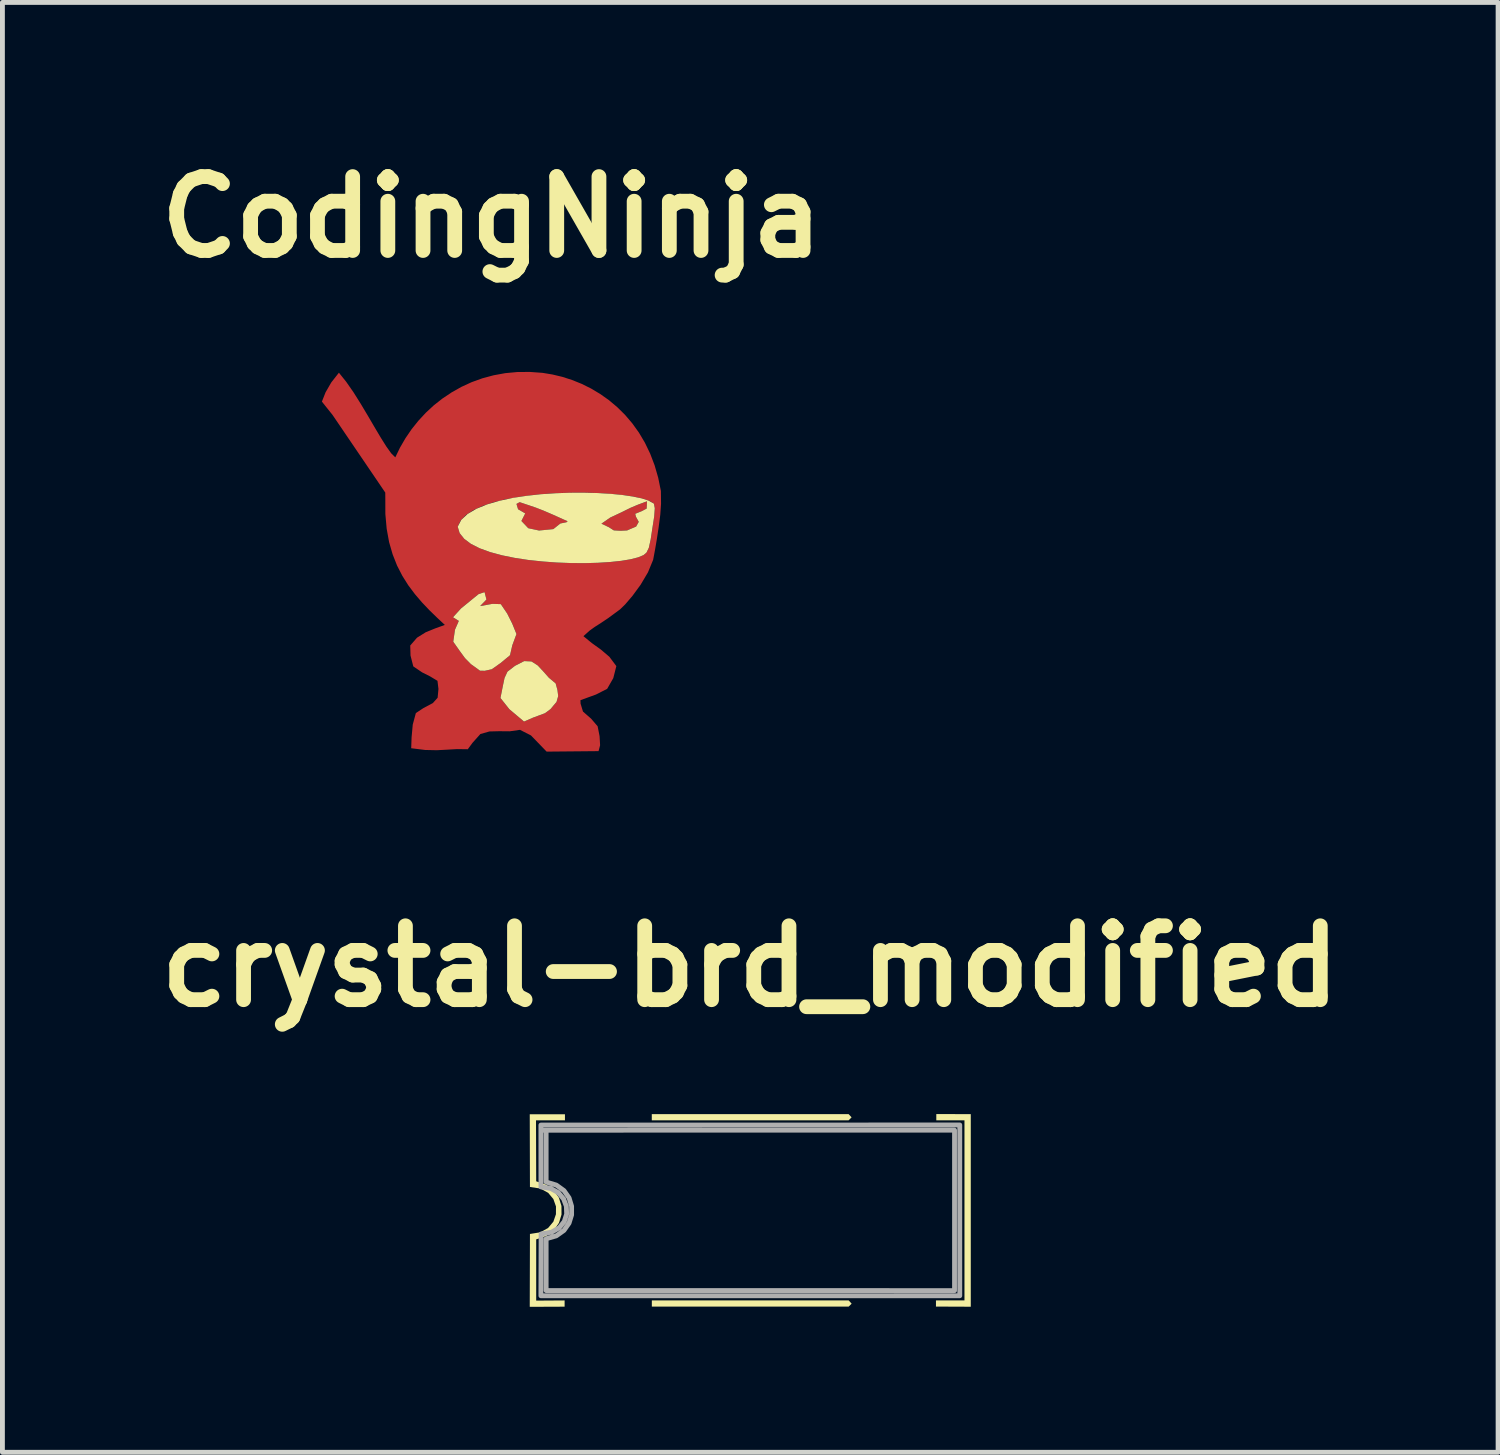
<source format=kicad_pcb>
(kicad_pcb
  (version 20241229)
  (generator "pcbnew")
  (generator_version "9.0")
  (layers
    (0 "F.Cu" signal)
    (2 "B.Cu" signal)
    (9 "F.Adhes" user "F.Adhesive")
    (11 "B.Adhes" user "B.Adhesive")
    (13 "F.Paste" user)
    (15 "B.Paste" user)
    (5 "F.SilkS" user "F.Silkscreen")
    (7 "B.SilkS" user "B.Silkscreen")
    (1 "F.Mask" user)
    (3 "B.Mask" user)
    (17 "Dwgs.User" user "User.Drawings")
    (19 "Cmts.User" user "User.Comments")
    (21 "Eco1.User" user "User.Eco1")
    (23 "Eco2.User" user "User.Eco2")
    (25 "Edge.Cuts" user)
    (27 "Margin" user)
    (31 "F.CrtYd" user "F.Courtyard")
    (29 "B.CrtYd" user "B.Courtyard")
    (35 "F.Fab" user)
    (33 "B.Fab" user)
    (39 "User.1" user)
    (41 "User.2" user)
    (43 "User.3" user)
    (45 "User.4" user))
  (footprint "crystal-brd_modified"
    (layer "F.Cu")
    (at 12.424 21.915)
    (property "Reference" "crystal-brd_modified" (at 0 -5.036 0) (layer "F.SilkS") (effects (font (size 1.524 1.524) (thickness 0.305))))
    (attr smd)
    (fp_poly (pts (xy -2.031 -1.986) (xy -2.031 -1.859) (xy 2.029 -1.859) (xy 2.09 -1.92) (xy 2.029 -1.986) (xy -2.031 -1.986)) (stroke (width 0) (type solid)) (fill yes) (layer "F.SilkS"))
    (fp_poly (pts (xy -2.03 1.856) (xy -2.03 1.983) (xy 2.03 1.983) (xy 2.091 1.923) (xy 2.03 1.856) (xy -2.03 1.856)) (stroke (width 0) (type solid)) (fill yes) (layer "F.SilkS"))
    (fp_poly (pts (xy 3.837 -1.988) (xy 4.548 -1.986) (xy 4.548 1.986) (xy 3.83 1.983) (xy 3.83 1.855) (xy 4.418 1.855) (xy 4.418 -1.859) (xy 3.837 -1.859) (xy 3.837 -1.988)) (stroke (width 0) (type solid)) (fill yes) (layer "F.SilkS"))
    (fp_poly (pts (xy -4.548 -1.984) (xy -4.544 -0.484) (xy -4.329 -0.452) (xy -4.168 -0.363) (xy -4.061 -0.235) (xy -4.007 -0.082) (xy -4.008 0.079) (xy -4.061 0.232) (xy -4.169 0.361) (xy -4.329 0.451) (xy -4.544 0.485) (xy -4.548 1.988) (xy -3.829 1.985) (xy -3.829 1.856) (xy -4.415 1.86) (xy -4.415 0.597) (xy -4.206 0.525) (xy -4.049 0.407) (xy -3.945 0.256) (xy -3.893 0.085) (xy -3.894 -0.092) (xy -3.947 -0.263) (xy -4.051 -0.413) (xy -4.208 -0.53) (xy -4.415 -0.601) (xy -4.419 -1.859) (xy -3.822 -1.859) (xy -3.822 -1.984) (xy -4.548 -1.984)) (stroke (width 0) (type solid)) (fill yes) (layer "F.SilkS"))
    (fp_poly (pts (xy -4.21 1.653) (xy 4.321 1.76) (xy 4.321 -1.763) (xy 4.042 -1.763) (xy 3.763 -1.763) (xy 3.485 -1.763) (xy 3.206 -1.763) (xy 2.927 -1.763) (xy 2.649 -1.763) (xy 2.37 -1.762) (xy 2.091 -1.762) (xy 1.813 -1.762) (xy 1.534 -1.762) (xy 1.255 -1.762) (xy 0.977 -1.762) (xy 0.698 -1.762) (xy 0.419 -1.762) (xy 0.141 -1.762) (xy -0.138 -1.762) (xy -0.417 -1.762) (xy -0.695 -1.762) (xy -0.974 -1.762) (xy -1.252 -1.761) (xy -1.531 -1.761) (xy -1.81 -1.761) (xy -2.088 -1.761) (xy -2.367 -1.761) (xy -2.646 -1.761) (xy -2.924 -1.761) (xy -3.203 -1.761) (xy -3.482 -1.761) (xy -3.76 -1.761) (xy -4.039 -1.761) (xy -4.318 -1.761) (xy -4.317 -0.486) (xy -4.113 -0.453) (xy -3.957 -0.365) (xy -3.85 -0.237) (xy -3.793 -0.086) (xy -3.787 0.074) (xy -3.835 0.226) (xy -3.938 0.356) (xy -4.097 0.448) (xy -4.314 0.486) (xy -4.318 1.76) (xy -4.039 1.76) (xy -3.76 1.76) (xy -3.482 1.76) (xy -3.203 1.76) (xy -2.924 1.76) (xy -2.646 1.76) (xy -2.367 1.76) (xy -2.088 1.76) (xy -1.81 1.76) (xy -1.531 1.76) (xy -1.252 1.76) (xy -0.974 1.76) (xy -0.695 1.76) (xy -0.417 1.76) (xy -0.138 1.76) (xy 0.141 1.76) (xy 0.419 1.76) (xy 0.698 1.76) (xy 0.977 1.76) (xy 1.255 1.76) (xy 1.534 1.76) (xy 1.813 1.76) (xy 2.091 1.76) (xy 2.37 1.76) (xy 2.649 1.76) (xy 2.927 1.76) (xy 3.206 1.76) (xy 3.485 1.76) (xy 3.763 1.76) (xy 4.042 1.76) (xy 4.321 1.76) (xy 4.321 1.76) (xy -4.21 1.653) (xy -4.21 0.584) (xy -4.001 0.524) (xy -3.843 0.412) (xy -3.738 0.263) (xy -3.685 0.092) (xy -3.685 -0.087) (xy -3.737 -0.259) (xy -3.842 -0.409) (xy -4 -0.523) (xy -4.21 -0.586) (xy -4.21 -1.654) (xy -3.929 -1.654) (xy -3.649 -1.654) (xy -3.368 -1.654) (xy -3.087 -1.654) (xy -2.806 -1.654) (xy -2.526 -1.655) (xy -2.245 -1.655) (xy -1.964 -1.655) (xy -1.683 -1.655) (xy -1.402 -1.655) (xy -1.122 -1.655) (xy -0.841 -1.655) (xy -0.56 -1.655) (xy -0.279 -1.655) (xy 0.002 -1.655) (xy 0.282 -1.655) (xy 0.563 -1.655) (xy 0.844 -1.655) (xy 1.125 -1.655) (xy 1.405 -1.655) (xy 1.686 -1.655) (xy 1.967 -1.655) (xy 2.248 -1.655) (xy 2.529 -1.655) (xy 2.809 -1.655) (xy 3.09 -1.655) (xy 3.371 -1.655) (xy 3.652 -1.655) (xy 3.933 -1.655) (xy 4.213 -1.655) (xy 4.213 1.654) (xy 3.933 1.654) (xy 3.652 1.654) (xy 3.371 1.654) (xy 3.09 1.654) (xy 2.809 1.653) (xy 2.529 1.653) (xy 2.248 1.653) (xy 1.967 1.653) (xy 1.686 1.653) (xy 1.405 1.653) (xy 1.125 1.653) (xy 0.844 1.653) (xy 0.563 1.653) (xy 0.282 1.653) (xy 0.002 1.653) (xy -0.279 1.653) (xy -0.56 1.653) (xy -0.841 1.653) (xy -1.122 1.653) (xy -1.402 1.653) (xy -1.683 1.653) (xy -1.964 1.653) (xy -2.245 1.653) (xy -2.526 1.653) (xy -2.806 1.653) (xy -3.087 1.653) (xy -3.368 1.653) (xy -3.649 1.653) (xy -3.929 1.653) (xy -4.21 1.653)) (stroke (width 0.1) (type solid)) (fill no) (layer "F.Fab")))
  (footprint "CodingNinja"
    (layer "F.Cu")
    (at 7.09 8.475)
    (property "Reference" "CodingNinja" (at 0 -7.048 0) (layer "F.SilkS") (effects (font (size 1.524 1.524) (thickness 0.305))))
    (attr smd)
    (fp_poly (pts (xy 0.512 -1.132) (xy 0.578 -1.168) (xy 0.772 -1.103) (xy 0.924 -1.051) (xy 1.077 -0.991) (xy 1.276 -0.905) (xy 1.567 -0.774) (xy 1.544 -0.754) (xy 1.417 -0.728) (xy 1.272 -0.612) (xy 0.978 -0.582) (xy 0.755 -0.631) (xy 0.614 -0.78) (xy 0.693 -0.936) (xy 0.545 -1.022) (xy 0.512 -1.132)) (stroke (width 0) (type solid)) (fill yes) (layer "F.Cu"))
    (fp_poly (pts (xy 2.264 -0.724) (xy 2.445 -0.85) (xy 2.675 -0.958) (xy 2.869 -1.054) (xy 3.019 -1.117) (xy 3.204 -1.186) (xy 3.197 -1.036) (xy 3.096 -0.982) (xy 2.961 -0.928) (xy 2.976 -0.867) (xy 3.034 -0.762) (xy 2.98 -0.665) (xy 2.794 -0.585) (xy 2.661 -0.578) (xy 2.52 -0.586) (xy 2.418 -0.651) (xy 2.264 -0.724) (xy 2.264 -0.724)) (stroke (width 0) (type solid)) (fill yes) (layer "F.Cu"))
    (fp_poly (pts (xy -0.965 1.364) (xy -1.16 1.434) (xy -1.359 1.515) (xy -1.539 1.627) (xy -1.679 1.788) (xy -1.673 1.996) (xy -1.616 2.219) (xy -1.433 2.343) (xy -1.27 2.425) (xy -1.117 2.517) (xy -1.097 2.685) (xy -1.114 2.866) (xy -1.213 2.976) (xy -1.407 3.079) (xy -1.563 3.182) (xy -1.627 3.419) (xy -1.651 3.68) (xy -1.659 3.907) (xy -1.371 3.943) (xy -1.133 3.948) (xy -0.921 3.937) (xy -0.715 3.925) (xy -0.492 3.928) (xy -0.395 3.796) (xy -0.232 3.614) (xy -0.045 3.561) (xy 0.158 3.556) (xy 0.371 3.558) (xy 0.585 3.528) (xy 0.812 3.644) (xy 1.022 3.861) (xy 1.134 3.977) (xy 2.205 3.967) (xy 2.237 3.846) (xy 2.226 3.657) (xy 2.186 3.454) (xy 2.051 3.297) (xy 1.884 3.151) (xy 1.834 2.987) (xy 1.832 2.916) (xy 2.151 2.8) (xy 2.285 2.732) (xy 2.382 2.683) (xy 2.445 2.573) (xy 2.509 2.461) (xy 2.572 2.213) (xy 2.428 2.021) (xy 2.254 1.873) (xy 2.069 1.74) (xy 1.893 1.596) (xy 2.021 1.481) (xy 2.125 1.406) (xy 2.24 1.333) (xy 2.403 1.224) (xy 2.65 1.042) (xy 2.754 0.941) (xy 2.905 0.764) (xy 3.072 0.536) (xy 3.224 0.28) (xy 3.331 0.021) (xy 3.372 -0.197) (xy 3.408 -0.409) (xy 3.444 -0.647) (xy 3.478 -0.908) (xy 3.353 -0.873) (xy 3.315 -0.631) (xy 3.28 -0.4) (xy 3.242 -0.227) (xy 3.194 -0.128) (xy 3.132 -0.076) (xy 3.021 -0.03) (xy 2.865 0.01) (xy 2.672 0.042) (xy 2.446 0.066) (xy 2.194 0.082) (xy 1.923 0.09) (xy 1.637 0.088) (xy 1.343 0.077) (xy 1.048 0.055) (xy 0.756 0.024) (xy 0.475 -0.019) (xy 0.21 -0.073) (xy -0.033 -0.139) (xy -0.247 -0.217) (xy -0.427 -0.308) (xy -0.566 -0.412) (xy -0.66 -0.53) (xy -0.7 -0.662) (xy -0.638 -0.79) (xy -0.527 -0.905) (xy -0.374 -1.005) (xy -0.184 -1.091) (xy 0.037 -1.165) (xy 0.284 -1.226) (xy 0.551 -1.275) (xy 0.833 -1.313) (xy 1.125 -1.34) (xy 1.42 -1.357) (xy 1.714 -1.364) (xy 2.001 -1.363) (xy 2.275 -1.352) (xy 2.531 -1.333) (xy 2.763 -1.307) (xy 2.966 -1.274) (xy 3.135 -1.235) (xy 3.263 -1.19) (xy 3.346 -1.139) (xy 3.365 -1.044) (xy 3.353 -0.873) (xy 3.478 -0.908) (xy 3.494 -1.135) (xy 3.491 -1.399) (xy 3.435 -1.673) (xy 3.361 -1.929) (xy 3.269 -2.17) (xy 3.161 -2.394) (xy 3.038 -2.602) (xy 2.901 -2.793) (xy 2.751 -2.969) (xy 2.59 -3.128) (xy 2.419 -3.272) (xy 2.239 -3.399) (xy 2.052 -3.511) (xy 1.859 -3.607) (xy 1.661 -3.687) (xy 1.459 -3.752) (xy 1.255 -3.801) (xy 1.05 -3.835) (xy 0.787 -3.854) (xy 0.53 -3.852) (xy 0.282 -3.829) (xy 0.041 -3.785) (xy -0.19 -3.723) (xy -0.412 -3.643) (xy -0.623 -3.546) (xy -0.824 -3.433) (xy -1.014 -3.306) (xy -1.193 -3.165) (xy -1.359 -3.011) (xy -1.512 -2.846) (xy -1.652 -2.671) (xy -1.778 -2.486) (xy -1.89 -2.293) (xy -1.987 -2.092) (xy -2.071 -2.175) (xy -2.172 -2.316) (xy -2.288 -2.501) (xy -2.417 -2.718) (xy -2.555 -2.954) (xy -2.7 -3.197) (xy -2.849 -3.434) (xy -3 -3.651) (xy -3.15 -3.838) (xy -3.307 -3.638) (xy -3.425 -3.434) (xy -3.501 -3.242) (xy -3.282 -2.968) (xy -2.194 -1.366) (xy -2.193 -1.254) (xy -2.192 -0.923) (xy -2.165 -0.62) (xy -2.115 -0.344) (xy -2.042 -0.092) (xy -1.951 0.139) (xy -1.842 0.351) (xy -1.719 0.547) (xy -1.583 0.728) (xy -1.438 0.898) (xy -1.285 1.059) (xy -1.126 1.214) (xy -0.965 1.364) (xy -0.677 1.281) (xy -0.797 1.206) (xy -0.634 1.025) (xy -0.356 0.799) (xy -0.267 0.727) (xy -0.146 0.688) (xy -0.107 0.84) (xy -0.238 0.974) (xy 0.017 0.929) (xy 0.189 0.935) (xy 0.321 1.13) (xy 0.426 1.337) (xy 0.512 1.552) (xy 0.426 1.784) (xy 0.379 1.989) (xy 0.481 2.208) (xy 0.671 2.11) (xy 0.822 2.117) (xy 0.948 2.198) (xy 1.064 2.322) (xy 1.183 2.456) (xy 1.32 2.57) (xy 1.357 2.706) (xy 1.373 2.831) (xy 1.338 2.952) (xy 1.213 3.101) (xy 1.099 3.185) (xy 0.849 3.278) (xy 0.668 3.357) (xy 0.516 3.229) (xy 0.365 3.102) (xy 0.182 2.871) (xy 0.232 2.619) (xy 0.266 2.458) (xy 0.326 2.328) (xy 0.481 2.208) (xy 0.379 1.989) (xy 0.183 2.151) (xy 0.003 2.278) (xy -0.141 2.31) (xy -0.24 2.308) (xy -0.429 2.17) (xy -0.55 2.048) (xy -0.654 1.906) (xy -0.792 1.71) (xy -0.756 1.462) (xy -0.677 1.281) (xy -0.965 1.364)) (stroke (width 0) (type solid)) (fill yes) (layer "F.Cu"))
    (fp_poly (pts (xy -3.334 -3.071) (xy -3.174 -2.849) (xy -3.02 -2.633) (xy -2.873 -2.422) (xy -2.731 -2.215) (xy -2.593 -2.011) (xy -2.458 -1.809) (xy -2.326 -1.608) (xy -2.196 -1.408) (xy -2.067 -1.208) (xy -1.938 -1.006) (xy -1.807 -0.801) (xy -1.676 -0.594) (xy -1.541 -0.382) (xy -1.403 -0.165) (xy -1.261 0.057) (xy -1.114 0.287) (xy -0.961 0.524) (xy -0.801 0.77) (xy -0.634 1.026) (xy -0.356 0.799) (xy -0.539 0.503) (xy -0.724 0.205) (xy -0.909 -0.094) (xy -1.093 -0.391) (xy -1.276 -0.685) (xy -1.456 -0.975) (xy -1.632 -1.258) (xy -1.804 -1.533) (xy -1.969 -1.799) (xy -2.128 -2.053) (xy -2.279 -2.293) (xy -2.422 -2.519) (xy -2.554 -2.729) (xy -2.675 -2.92) (xy -2.785 -3.091) (xy -2.881 -3.24) (xy -2.964 -3.366) (xy -3.032 -3.467) (xy -3.083 -3.541) (xy -3.118 -3.587) (xy -3.216 -3.483) (xy -3.322 -3.329) (xy -3.303 -3.191) (xy -3.334 -3.071)) (stroke (width 0) (type solid)) (fill yes) (layer "F.Mask"))
    (fp_poly (pts (xy 1.32 2.57) (xy 1.357 2.706) (xy 1.373 2.831) (xy 1.338 2.952) (xy 1.213 3.101) (xy 1.099 3.185) (xy 0.849 3.278) (xy 0.668 3.357) (xy 0.516 3.229) (xy 0.365 3.102) (xy 0.182 2.871) (xy 0.232 2.619) (xy 0.266 2.458) (xy 0.326 2.328) (xy 0.481 2.208) (xy 0.671 2.11) (xy 0.821 2.117) (xy 0.948 2.198) (xy 1.064 2.322) (xy 1.183 2.456) (xy 1.32 2.57)) (stroke (width 0) (type solid)) (fill yes) (layer "F.SilkS"))
    (fp_poly (pts (xy 0.003 2.278) (xy -0.141 2.31) (xy -0.24 2.308) (xy -0.429 2.171) (xy -0.55 2.048) (xy -0.654 1.906) (xy -0.792 1.71) (xy -0.756 1.462) (xy -0.677 1.281) (xy -0.797 1.206) (xy -0.634 1.026) (xy -0.356 0.799) (xy -0.267 0.727) (xy -0.146 0.688) (xy -0.107 0.84) (xy -0.238 0.975) (xy 0.017 0.929) (xy 0.189 0.935) (xy 0.321 1.13) (xy 0.425 1.337) (xy 0.512 1.552) (xy 0.426 1.784) (xy 0.379 1.989) (xy 0.183 2.151) (xy 0.003 2.278)) (stroke (width 0) (type solid)) (fill yes) (layer "F.SilkS"))
    (fp_poly (pts (xy 3.235 -1.201) (xy 3.346 -1.139) (xy 3.365 -1.044) (xy 3.353 -0.873) (xy 3.315 -0.631) (xy 3.315 -0.631) (xy 3.28 -0.4) (xy 3.242 -0.227) (xy 3.194 -0.128) (xy 3.132 -0.076) (xy 3.021 -0.03) (xy 2.865 0.01) (xy 2.672 0.042) (xy 2.446 0.066) (xy 2.194 0.082) (xy 1.923 0.09) (xy 1.637 0.088) (xy 1.343 0.077) (xy 1.048 0.055) (xy 0.756 0.024) (xy 0.475 -0.019) (xy 0.21 -0.073) (xy -0.033 -0.139) (xy -0.247 -0.217) (xy -0.427 -0.308) (xy -0.566 -0.412) (xy -0.66 -0.53) (xy -0.7 -0.662) (xy -0.628 -0.801) (xy -0.497 -0.924) (xy -0.316 -1.031) (xy -0.093 -1.122) (xy 0.164 -1.197) (xy 0.446 -1.258) (xy 0.578 -1.168) (xy 0.512 -1.132) (xy 0.545 -1.022) (xy 0.693 -0.936) (xy 0.614 -0.78) (xy 0.755 -0.631) (xy 0.978 -0.583) (xy 1.272 -0.612) (xy 1.417 -0.728) (xy 1.544 -0.754) (xy 1.567 -0.774) (xy 1.276 -0.905) (xy 1.077 -0.991) (xy 0.924 -1.051) (xy 0.772 -1.103) (xy 0.578 -1.168) (xy 0.446 -1.258) (xy 0.727 -1.3) (xy 1.019 -1.332) (xy 1.318 -1.352) (xy 1.616 -1.363) (xy 1.909 -1.364) (xy 2.192 -1.356) (xy 2.457 -1.34) (xy 2.699 -1.316) (xy 2.914 -1.284) (xy 3.095 -1.246) (xy 3.235 -1.201) (xy 3.204 -1.186) (xy 3.019 -1.117) (xy 2.869 -1.054) (xy 2.675 -0.958) (xy 2.445 -0.85) (xy 2.264 -0.724) (xy 2.264 -0.724) (xy 2.418 -0.651) (xy 2.52 -0.586) (xy 2.661 -0.578) (xy 2.794 -0.585) (xy 2.98 -0.665) (xy 3.034 -0.762) (xy 2.976 -0.867) (xy 2.961 -0.928) (xy 3.097 -0.983) (xy 3.197 -1.036) (xy 3.204 -1.186) (xy 3.235 -1.201)) (stroke (width 0) (type solid)) (fill yes) (layer "F.SilkS")))
  (gr_rect
    (start -3 -3)
    (end 27.848 26.903)
    (stroke (width 0.1) (type default))
    (fill no)
    (layer "Edge.Cuts")))
</source>
